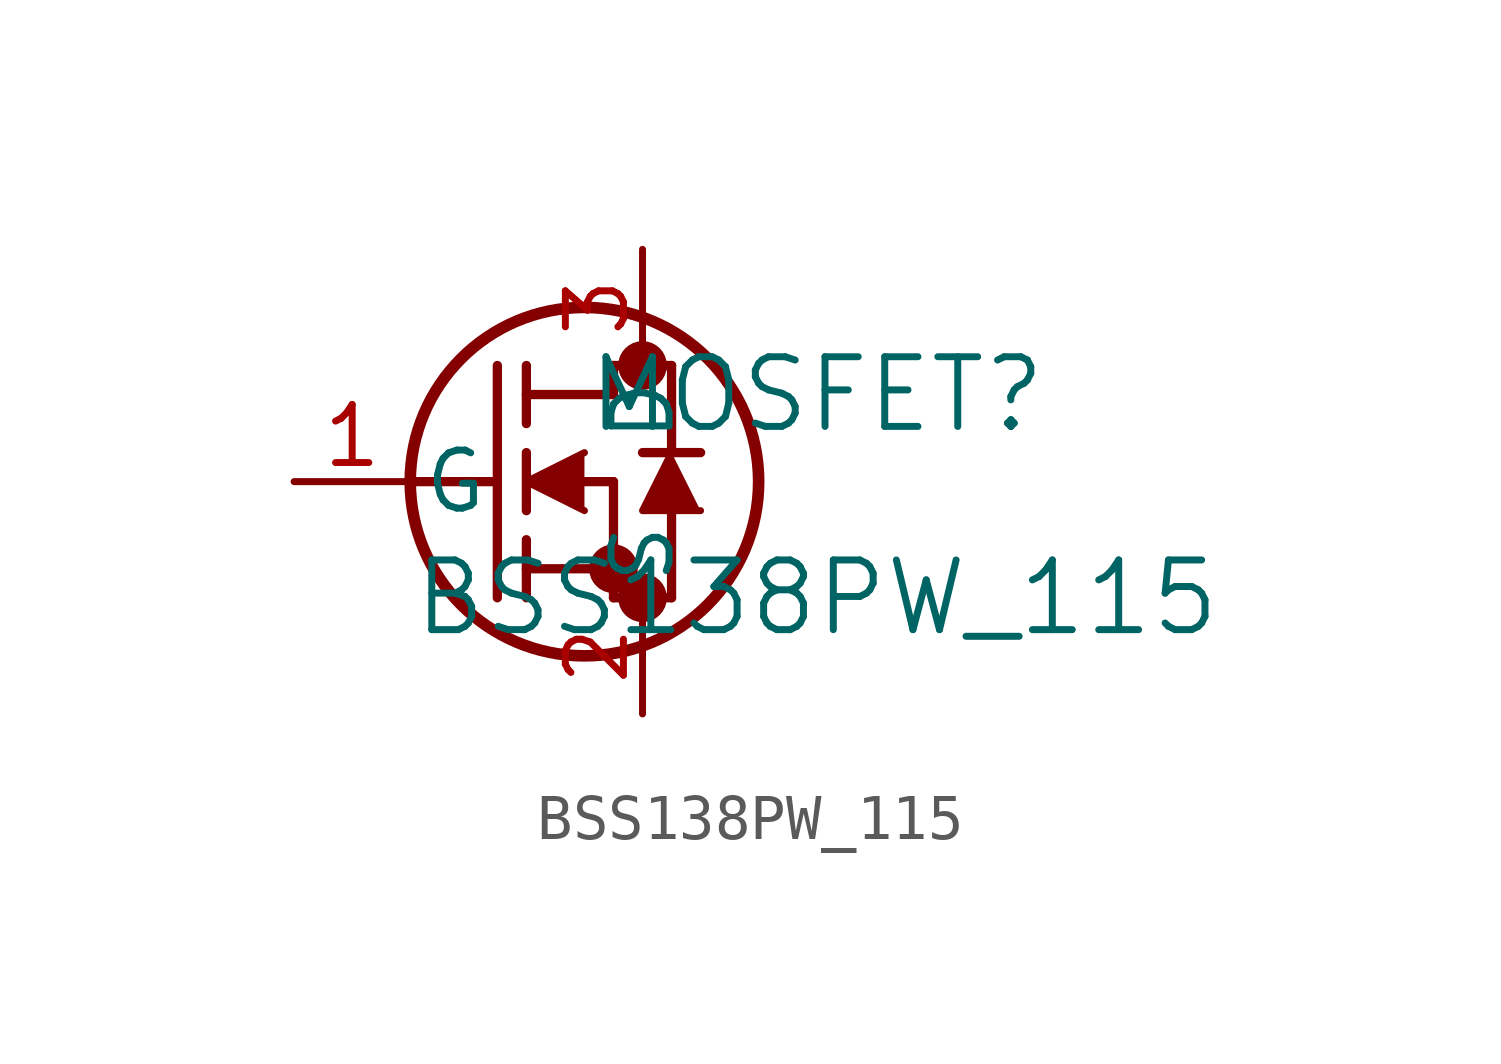
<source format=kicad_sym>
(kicad_symbol_lib
  (version 20211014)
  (generator kicad_symbol_editor)
  (symbol "BSS138PW_115"
    (pin_names
      (offset 0.254))
    (property "Reference" "MOSFET"
      (at 11.43 1.905 0)
      (effects (font (size 1.524 1.524))))
    (property "Value" "BSS138PW_115"
      (at 11.43 -2.54 0)
      (effects (font (size 1.524 1.524))))
    (symbol "BSS138PW_115_0_1"
      (circle (center 7.62 2.54) (radius 0.025) (stroke (width 0.508) (type default) (color 0 0 0 0)) (fill (type none)))
      (circle (center 7.62 -2.54) (radius 0.025) (stroke (width 0.508) (type default) (color 0 0 0 0)) (fill (type none)))
      (circle (center 6.985 -1.905) (radius 0.025) (stroke (width 0.508) (type default) (color 0 0 0 0)) (fill (type none)))
      (circle (center 6.35 0) (radius 3.81) (stroke (width 0.254) (type default) (color 0 0 0 0)) (fill (type none)))
      (polyline (pts (xy 2.54 0) (xy 4.445 0)) (stroke (width 0.203) (type default) (color 0 0 0 0)) (fill (type none)))
      (polyline (pts (xy 4.445 -2.54) (xy 4.445 2.54)) (stroke (width 0.203) (type default) (color 0 0 0 0)) (fill (type none)))
      (polyline (pts (xy 5.08 -0.635) (xy 5.08 0.635)) (stroke (width 0.203) (type default) (color 0 0 0 0)) (fill (type none)))
      (polyline (pts (xy 5.08 -2.54) (xy 5.08 -1.27)) (stroke (width 0.203) (type default) (color 0 0 0 0)) (fill (type none)))
      (polyline (pts (xy 5.08 1.27) (xy 5.08 2.54)) (stroke (width 0.203) (type default) (color 0 0 0 0)) (fill (type none)))
      (polyline (pts (xy 6.35 0) (xy 6.985 0)) (stroke (width 0.203) (type default) (color 0 0 0 0)) (fill (type none)))
      (polyline (pts (xy 5.08 -1.905) (xy 6.985 -1.905)) (stroke (width 0.203) (type default) (color 0 0 0 0)) (fill (type none)))
      (polyline (pts (xy 6.985 -2.54) (xy 6.985 0)) (stroke (width 0.203) (type default) (color 0 0 0 0)) (fill (type none)))
      (polyline (pts (xy 6.985 -2.54) (xy 8.255 -2.54)) (stroke (width 0.203) (type default) (color 0 0 0 0)) (fill (type none)))
      (polyline (pts (xy 5.08 1.905) (xy 6.985 1.905)) (stroke (width 0.203) (type default) (color 0 0 0 0)) (fill (type none)))
      (polyline (pts (xy 8.255 0.635) (xy 8.255 2.54)) (stroke (width 0.203) (type default) (color 0 0 0 0)) (fill (type none)))
      (polyline (pts (xy 6.35 0.635) (xy 5.08 0) (xy 6.35 -0.635)) (stroke (width 0) (type default) (color 0 0 0 0)) (fill (type outline)))
      (polyline (pts (xy 8.89 -0.635) (xy 7.62 -0.635) (xy 8.255 0.635)) (stroke (width 0) (type default) (color 0 0 0 0)) (fill (type outline)))
      (polyline (pts (xy 8.255 -2.54) (xy 8.255 -0.635)) (stroke (width 0.203) (type default) (color 0 0 0 0)) (fill (type none)))
      (polyline (pts (xy 8.89 0.635) (xy 7.62 0.635)) (stroke (width 0.203) (type default) (color 0 0 0 0)) (fill (type none)))
      (polyline (pts (xy 6.985 2.54) (xy 8.255 2.54)) (stroke (width 0.203) (type default) (color 0 0 0 0)) (fill (type none)))
      (polyline (pts (xy 6.985 1.905) (xy 6.985 2.54)) (stroke (width 0.203) (type default) (color 0 0 0 0)) (fill (type none)))
      (pin unspecified line (at 0 0 0) (length 2.54) (name "G" (effects (font (size 1.27 1.27)))) (number "1" (effects (font (size 1.27 1.27)))))
      (pin unspecified line (at 7.62 -5.08 90) (length 2.54) (name "S" (effects (font (size 1.27 1.27)))) (number "2" (effects (font (size 1.27 1.27)))))
      (pin unspecified line (at 7.62 5.08 270) (length 2.54) (name "D" (effects (font (size 1.27 1.27)))) (number "3" (effects (font (size 1.27 1.27))))))))
</source>
